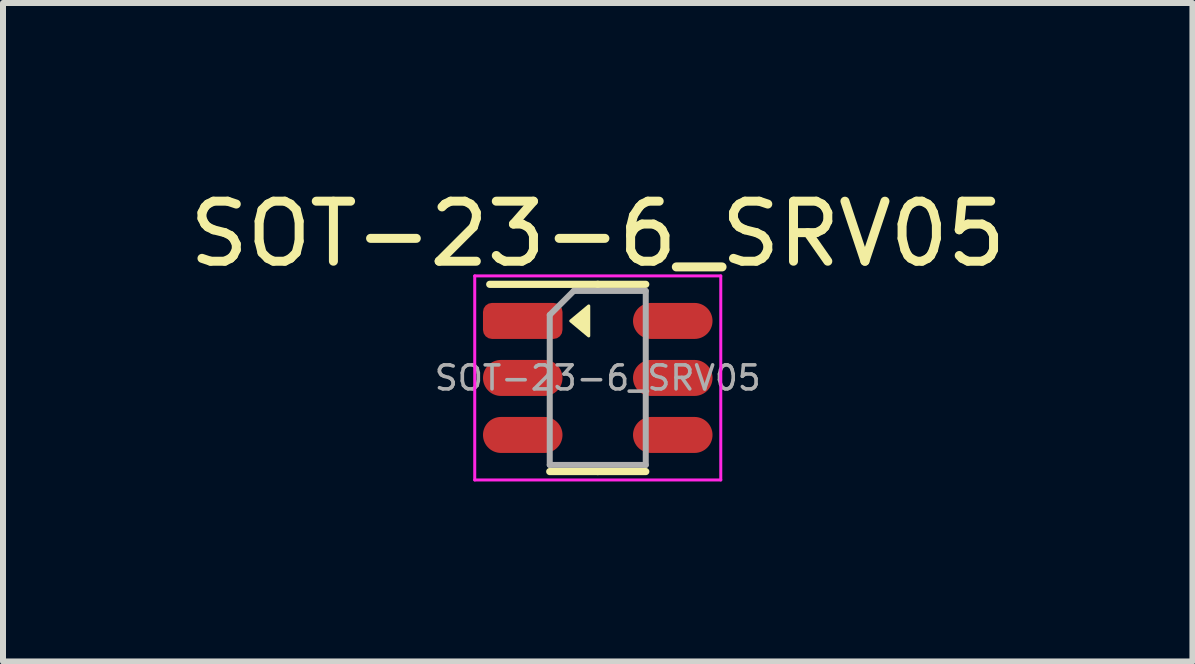
<source format=kicad_pcb>
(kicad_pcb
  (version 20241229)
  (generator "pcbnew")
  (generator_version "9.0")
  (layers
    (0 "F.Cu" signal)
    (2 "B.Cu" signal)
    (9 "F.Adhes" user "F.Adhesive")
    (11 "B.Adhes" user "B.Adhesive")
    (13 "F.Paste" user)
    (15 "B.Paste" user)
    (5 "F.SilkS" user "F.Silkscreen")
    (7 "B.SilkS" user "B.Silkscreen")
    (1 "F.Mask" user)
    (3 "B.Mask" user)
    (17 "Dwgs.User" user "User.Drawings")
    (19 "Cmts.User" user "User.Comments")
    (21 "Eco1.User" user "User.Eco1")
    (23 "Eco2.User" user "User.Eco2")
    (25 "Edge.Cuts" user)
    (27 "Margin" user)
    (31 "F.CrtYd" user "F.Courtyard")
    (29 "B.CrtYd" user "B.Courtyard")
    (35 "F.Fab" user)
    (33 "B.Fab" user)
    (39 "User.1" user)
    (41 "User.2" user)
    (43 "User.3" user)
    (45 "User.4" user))
  (footprint "SOT-23-6_SRV05"
    (layer "F.Cu")
    (at 6.911 3.248)
    (property "Reference" "SOT-23-6_SRV05" (at 0 -2.4 0) (layer "F.SilkS") (effects (font (size 1 1) (thickness 0.15))))
    (attr smd)
    (fp_line (start 0 -1.56) (end -1.8 -1.56) (stroke (width 0.12) (type solid)) (layer "F.SilkS"))
    (fp_line (start 0 -1.56) (end 0.8 -1.56) (stroke (width 0.12) (type solid)) (layer "F.SilkS"))
    (fp_line (start 0 1.56) (end -0.8 1.56) (stroke (width 0.12) (type solid)) (layer "F.SilkS"))
    (fp_line (start 0 1.56) (end 0.8 1.56) (stroke (width 0.12) (type solid)) (layer "F.SilkS"))
    (fp_poly (pts (xy -0.45 -0.95) (xy -0.15 -1.2) (xy -0.15 -0.7)) (stroke (width 0.05) (type solid)) (fill yes) (layer "F.SilkS"))
    (fp_line (start -2.05 -1.7) (end -2.05 1.7) (stroke (width 0.05) (type solid)) (layer "F.CrtYd"))
    (fp_line (start -2.05 1.7) (end 2.05 1.7) (stroke (width 0.05) (type solid)) (layer "F.CrtYd"))
    (fp_line (start 2.05 -1.7) (end -2.05 -1.7) (stroke (width 0.05) (type solid)) (layer "F.CrtYd"))
    (fp_line (start 2.05 1.7) (end 2.05 -1.7) (stroke (width 0.05) (type solid)) (layer "F.CrtYd"))
    (fp_line (start -0.8 -1.05) (end -0.4 -1.45) (stroke (width 0.1) (type solid)) (layer "F.Fab"))
    (fp_line (start -0.8 1.45) (end -0.8 -1.05) (stroke (width 0.1) (type solid)) (layer "F.Fab"))
    (fp_line (start -0.4 -1.45) (end 0.8 -1.45) (stroke (width 0.1) (type solid)) (layer "F.Fab"))
    (fp_line (start 0.8 -1.45) (end 0.8 1.45) (stroke (width 0.1) (type solid)) (layer "F.Fab"))
    (fp_line (start 0.8 1.45) (end -0.8 1.45) (stroke (width 0.1) (type solid)) (layer "F.Fab"))
    (fp_text user "${REFERENCE}" (at 0 0 0) (layer "F.Fab") (effects (font (size 0.4 0.4) (thickness 0.06))))
    (pad "1" smd roundrect (at -1.25 -0.95) (size 1.325 0.6) (layers "F.Cu" "F.Mask" "F.Paste") (roundrect_rratio 0.25))
    (pad "2" smd oval (at -1.25 0) (size 1.325 0.6) (layers "F.Cu" "F.Mask" "F.Paste"))
    (pad "3" smd oval (at -1.25 0.95) (size 1.325 0.6) (layers "F.Cu" "F.Mask" "F.Paste"))
    (pad "4" smd oval (at 1.25 0.95) (size 1.325 0.6) (layers "F.Cu" "F.Mask" "F.Paste"))
    (pad "5" smd oval (at 1.25 0) (size 1.325 0.6) (layers "F.Cu" "F.Mask" "F.Paste"))
    (pad "6" smd oval (at 1.25 -0.95) (size 1.325 0.6) (layers "F.Cu" "F.Mask" "F.Paste")))
  (gr_rect
    (start -3 -3)
    (end 16.821 7.973)
    (stroke (width 0.1) (type default))
    (fill no)
    (layer "Edge.Cuts")))
</source>
